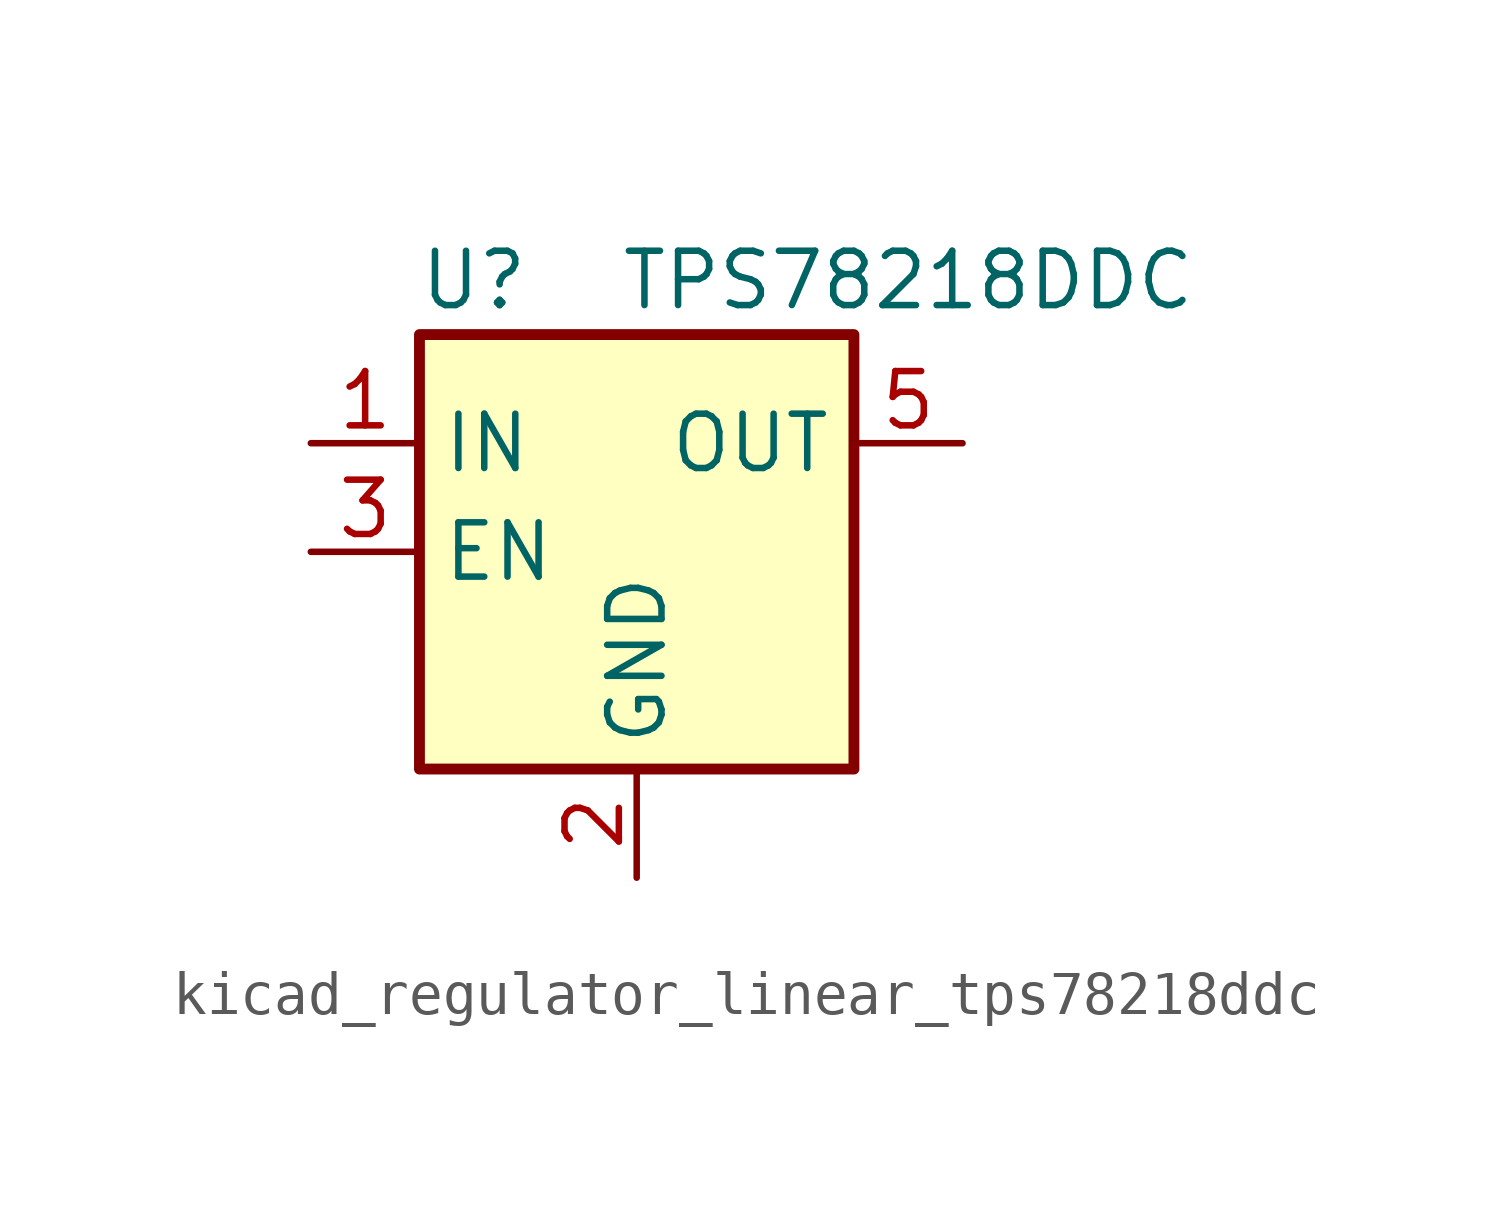
<source format=kicad_sym>
(kicad_symbol_lib
  (version 20220914)
  (generator kicad_symbol_editor)
  (symbol "kicad_regulator_linear_tps78218ddc"
    (property "Reference" "U"
      (at -3.81 6.35 0)
      (effects (font (size 1.27 1.27))))
    (property "Value" "TPS78218DDC"
      (at 6.35 6.35 0)
      (effects (font (size 1.27 1.27))))
    (symbol "kicad_regulator_linear_tps78218ddc_0_1"
      (rectangle (start -5.08 -5.08) (end 5.08 5.08) (stroke (width 0.254) (type default)) (fill (type background)))
      (pin power_in line (at -7.62 2.54 0) (length 2.54) (name "IN" (effects (font (size 1.27 1.27)))) (number "1" (effects (font (size 1.27 1.27)))))
      (pin power_in line (at 0 -7.62 90) (length 2.54) (name "GND" (effects (font (size 1.27 1.27)))) (number "2" (effects (font (size 1.27 1.27)))))
      (pin input line (at -7.62 0 0) (length 2.54) (name "EN" (effects (font (size 1.27 1.27)))) (number "3" (effects (font (size 1.27 1.27)))))
      (pin power_out line (at 7.62 2.54 180) (length 2.54) (name "OUT" (effects (font (size 1.27 1.27)))) (number "5" (effects (font (size 1.27 1.27))))))
    (symbol "kicad_regulator_linear_tps78218ddc_1_1"
      (pin passive line (at 0 -7.62 90) (length 2.54) hide (name "GND" (effects (font (size 1.27 1.27)))) (number "4" (effects (font (size 1.27 1.27))))))))
</source>
